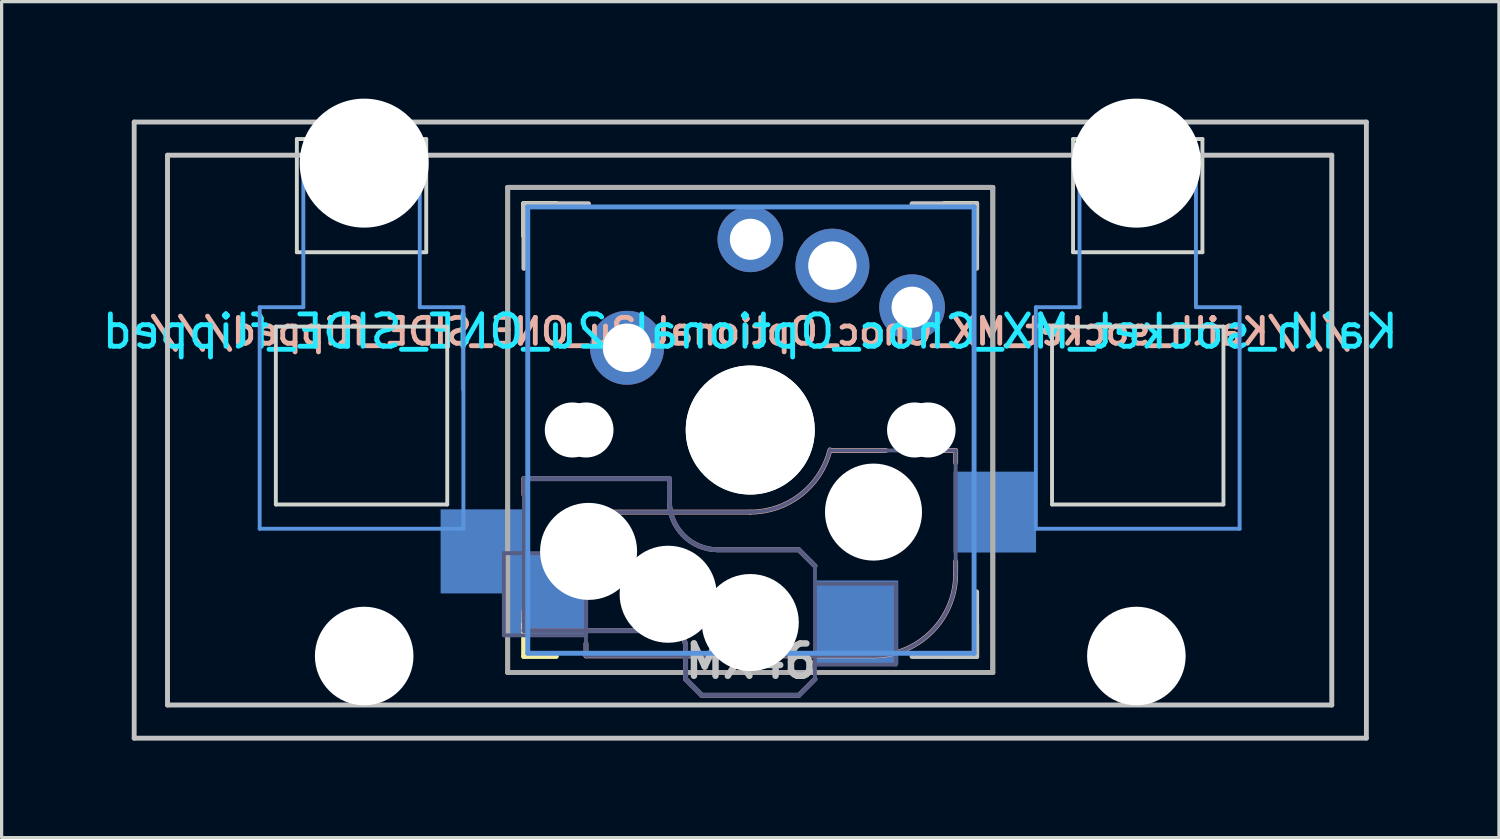
<source format=kicad_pcb>
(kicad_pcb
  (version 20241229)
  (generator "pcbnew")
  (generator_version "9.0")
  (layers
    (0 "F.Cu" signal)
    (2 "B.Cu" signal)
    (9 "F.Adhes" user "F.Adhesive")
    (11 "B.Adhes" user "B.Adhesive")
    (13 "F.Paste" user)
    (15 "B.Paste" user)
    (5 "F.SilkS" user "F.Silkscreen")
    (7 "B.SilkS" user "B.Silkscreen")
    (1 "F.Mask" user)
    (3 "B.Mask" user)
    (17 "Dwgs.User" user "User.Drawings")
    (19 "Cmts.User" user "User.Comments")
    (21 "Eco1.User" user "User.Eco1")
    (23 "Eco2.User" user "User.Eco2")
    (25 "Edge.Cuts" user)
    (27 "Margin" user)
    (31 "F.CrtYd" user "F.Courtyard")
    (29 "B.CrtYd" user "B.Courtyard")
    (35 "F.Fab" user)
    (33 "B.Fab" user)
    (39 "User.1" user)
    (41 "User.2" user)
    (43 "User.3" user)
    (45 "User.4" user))
  (footprint "Kailh_socket_MX_Choc_Optional_2u_ONE_SIDE_flipped"
    (layer "F.Cu")
    (at 20.149 10.249)
    (property "Reference" "Kailh_socket_MX_Choc_Optional_2u_ONE_SIDE_flipped" (at 0 -3.048 180) (layer "B.CrtYd") (effects (font (size 1 1) (thickness 0.15)) (justify mirror)))
    (attr smd)
    (fp_line (start -7.003 -6.005) (end -7.003 -7.005) (stroke (width 0.15) (type solid)) (layer "F.SilkS"))
    (fp_line (start -7.003 6.995) (end -7.003 5.995) (stroke (width 0.15) (type solid)) (layer "F.SilkS"))
    (fp_line (start -7.003 6.995) (end -6.003 6.995) (stroke (width 0.15) (type solid)) (layer "F.SilkS"))
    (fp_line (start -7 -6.005) (end -7 -7.005) (stroke (width 0.15) (type solid)) (layer "F.SilkS"))
    (fp_line (start -7 6.995) (end -7 5.995) (stroke (width 0.15) (type solid)) (layer "F.SilkS"))
    (fp_line (start -7 6.995) (end -6 6.995) (stroke (width 0.15) (type solid)) (layer "F.SilkS"))
    (fp_line (start -6.003 -7.005) (end -7.003 -7.005) (stroke (width 0.15) (type solid)) (layer "F.SilkS"))
    (fp_line (start -6 -7.005) (end -7 -7.005) (stroke (width 0.15) (type solid)) (layer "F.SilkS"))
    (fp_line (start 5.997 6.995) (end 6.997 6.995) (stroke (width 0.15) (type solid)) (layer "F.SilkS"))
    (fp_line (start 6 6.995) (end 7 6.995) (stroke (width 0.15) (type solid)) (layer "F.SilkS"))
    (fp_line (start 6.997 -7.005) (end 5.997 -7.005) (stroke (width 0.15) (type solid)) (layer "F.SilkS"))
    (fp_line (start 6.997 -7.005) (end 6.997 -6.005) (stroke (width 0.15) (type solid)) (layer "F.SilkS"))
    (fp_line (start 6.997 5.995) (end 6.997 6.995) (stroke (width 0.15) (type solid)) (layer "F.SilkS"))
    (fp_line (start 7 -7.005) (end 6 -7.005) (stroke (width 0.15) (type solid)) (layer "F.SilkS"))
    (fp_line (start 7 -7.005) (end 7 -6.005) (stroke (width 0.15) (type solid)) (layer "F.SilkS"))
    (fp_line (start 7 5.995) (end 7 6.995) (stroke (width 0.15) (type solid)) (layer "F.SilkS"))
    (fp_line (start -7 1.5) (end -7 2) (stroke (width 0.15) (type solid)) (layer "B.SilkS"))
    (fp_line (start -7 5.6) (end -7 6.2) (stroke (width 0.15) (type solid)) (layer "B.SilkS"))
    (fp_line (start -7 6.2) (end -2.5 6.2) (stroke (width 0.15) (type solid)) (layer "B.SilkS"))
    (fp_line (start -5.08 2.535) (end -5.08 3.551) (stroke (width 0.15) (type solid)) (layer "B.SilkS"))
    (fp_line (start -5.08 6.599) (end -5.08 6.981) (stroke (width 0.15) (type solid)) (layer "B.SilkS"))
    (fp_line (start -5.08 6.981) (end 3.81 6.981) (stroke (width 0.15) (type solid)) (layer "B.SilkS"))
    (fp_line (start -2.5 1.5) (end -7 1.5) (stroke (width 0.15) (type solid)) (layer "B.SilkS"))
    (fp_line (start -2.5 2.2) (end -2.5 1.5) (stroke (width 0.15) (type solid)) (layer "B.SilkS"))
    (fp_line (start -2 6.7) (end -2 7.7) (stroke (width 0.15) (type solid)) (layer "B.SilkS"))
    (fp_line (start -1.5 8.2) (end -2 7.7) (stroke (width 0.15) (type solid)) (layer "B.SilkS"))
    (fp_line (start 0 2.535) (end -5.08 2.535) (stroke (width 0.15) (type solid)) (layer "B.SilkS"))
    (fp_line (start 1.5 3.7) (end -1 3.7) (stroke (width 0.15) (type solid)) (layer "B.SilkS"))
    (fp_line (start 1.5 8.2) (end -1.5 8.2) (stroke (width 0.15) (type solid)) (layer "B.SilkS"))
    (fp_line (start 2 4.2) (end 1.5 3.7) (stroke (width 0.15) (type solid)) (layer "B.SilkS"))
    (fp_line (start 2 7.7) (end 1.5 8.2) (stroke (width 0.15) (type solid)) (layer "B.SilkS"))
    (fp_line (start 4.191 0.63) (end 2.54 0.63) (stroke (width 0.15) (type solid)) (layer "B.SilkS"))
    (fp_line (start 6.35 0.63) (end 5.969 0.63) (stroke (width 0.15) (type solid)) (layer "B.SilkS"))
    (fp_line (start 6.35 1.012) (end 6.35 0.63) (stroke (width 0.15) (type solid)) (layer "B.SilkS"))
    (fp_line (start 6.35 4.441) (end 6.35 4.059) (stroke (width 0.15) (type solid)) (layer "B.SilkS"))
    (fp_line (start 6.997 -5.604) (end 6.997 -6.205) (stroke (width 0.15) (type solid)) (layer "B.SilkS"))
    (fp_arc (start -2.5 6.2) (mid -2.146447 6.346447) (end -2 6.7) (stroke (width 0.15) (type solid)) (layer "B.SilkS"))
    (fp_arc (start -1 3.7) (mid -2.06066 3.26066) (end -2.5 2.2) (stroke (width 0.15) (type solid)) (layer "B.SilkS"))
    (fp_arc (start 2.464162 0.61154) (mid 1.563147 1.997542) (end 0 2.5355) (stroke (width 0.15) (type solid)) (layer "B.SilkS"))
    (fp_arc (start 6.35 4.4405) (mid 5.606051 6.236551) (end 3.81 6.9805) (stroke (width 0.15) (type solid)) (layer "B.SilkS"))
    (fp_line (start -19.05 -9.525) (end 19.05 -9.525) (stroke (width 0.15) (type solid)) (layer "Dwgs.User"))
    (fp_line (start -19.05 9.525) (end -19.05 -9.525) (stroke (width 0.15) (type solid)) (layer "Dwgs.User"))
    (fp_line (start -18.02 -8.5) (end 17.98 -8.5) (stroke (width 0.152) (type solid)) (layer "Dwgs.User"))
    (fp_line (start -18.02 8.5) (end -18.02 -8.5) (stroke (width 0.152) (type solid)) (layer "Dwgs.User"))
    (fp_line (start -7 -7) (end -7 -5) (stroke (width 0.15) (type solid)) (layer "Dwgs.User"))
    (fp_line (start -5 -7) (end -7 -7) (stroke (width 0.15) (type solid)) (layer "Dwgs.User"))
    (fp_line (start 5 7) (end 7 7) (stroke (width 0.15) (type solid)) (layer "Dwgs.User"))
    (fp_line (start 7 -7) (end 5 -7) (stroke (width 0.15) (type solid)) (layer "Dwgs.User"))
    (fp_line (start 7 -5) (end 7 -7) (stroke (width 0.15) (type solid)) (layer "Dwgs.User"))
    (fp_line (start 7 7) (end 7 5) (stroke (width 0.15) (type solid)) (layer "Dwgs.User"))
    (fp_line (start 17.98 -8.5) (end 17.98 8.5) (stroke (width 0.152) (type solid)) (layer "Dwgs.User"))
    (fp_line (start 17.98 8.5) (end -18.02 8.5) (stroke (width 0.152) (type solid)) (layer "Dwgs.User"))
    (fp_line (start 19.05 -9.525) (end 19.05 9.525) (stroke (width 0.15) (type solid)) (layer "Dwgs.User"))
    (fp_line (start 19.05 9.525) (end -19.05 9.525) (stroke (width 0.15) (type solid)) (layer "Dwgs.User"))
    (fp_line (start -15.17 -3.8) (end -13.82 -3.8) (stroke (width 0.12) (type solid)) (layer "Cmts.User"))
    (fp_line (start -15.17 3.05) (end -15.17 -3.8) (stroke (width 0.12) (type solid)) (layer "Cmts.User"))
    (fp_line (start -15.17 3.05) (end -8.87 3.05) (stroke (width 0.12) (type solid)) (layer "Cmts.User"))
    (fp_line (start -13.82 -8.45) (end -13.82 -3.8) (stroke (width 0.12) (type solid)) (layer "Cmts.User"))
    (fp_line (start -13.82 -8.45) (end -10.22 -8.45) (stroke (width 0.12) (type solid)) (layer "Cmts.User"))
    (fp_line (start -10.22 -8.45) (end -10.22 -3.8) (stroke (width 0.12) (type solid)) (layer "Cmts.User"))
    (fp_line (start -10.22 -3.8) (end -8.87 -3.8) (stroke (width 0.12) (type solid)) (layer "Cmts.User"))
    (fp_line (start -8.87 3.05) (end -8.87 -3.8) (stroke (width 0.12) (type solid)) (layer "Cmts.User"))
    (fp_line (start -6.88 -6.9) (end 6.92 -6.9) (stroke (width 0.152) (type solid)) (layer "Cmts.User"))
    (fp_line (start -6.88 6.9) (end -6.88 -6.9) (stroke (width 0.152) (type solid)) (layer "Cmts.User"))
    (fp_line (start 6.92 -6.9) (end 6.92 6.9) (stroke (width 0.152) (type solid)) (layer "Cmts.User"))
    (fp_line (start 6.92 6.9) (end -6.88 6.9) (stroke (width 0.152) (type solid)) (layer "Cmts.User"))
    (fp_line (start 8.83 -3.8) (end 10.18 -3.8) (stroke (width 0.12) (type solid)) (layer "Cmts.User"))
    (fp_line (start 8.83 3.05) (end 8.83 -3.8) (stroke (width 0.12) (type solid)) (layer "Cmts.User"))
    (fp_line (start 8.83 3.05) (end 15.13 3.05) (stroke (width 0.12) (type solid)) (layer "Cmts.User"))
    (fp_line (start 10.18 -8.45) (end 10.18 -3.8) (stroke (width 0.12) (type solid)) (layer "Cmts.User"))
    (fp_line (start 10.18 -8.45) (end 13.78 -8.45) (stroke (width 0.12) (type solid)) (layer "Cmts.User"))
    (fp_line (start 13.78 -8.45) (end 13.78 -3.8) (stroke (width 0.12) (type solid)) (layer "Cmts.User"))
    (fp_line (start 13.78 -3.8) (end 15.13 -3.8) (stroke (width 0.12) (type solid)) (layer "Cmts.User"))
    (fp_line (start 15.13 3.05) (end 15.13 -3.8) (stroke (width 0.12) (type solid)) (layer "Cmts.User"))
    (fp_line (start -19.07 -9.525) (end -19.07 9.525) (stroke (width 0.12) (type solid)) (layer "Eco1.User"))
    (fp_line (start -19.07 -9.525) (end 19.03 -9.525) (stroke (width 0.12) (type solid)) (layer "Eco1.User"))
    (fp_line (start -19.07 9.525) (end 19.03 9.525) (stroke (width 0.12) (type solid)) (layer "Eco1.User"))
    (fp_line (start 19.03 -9.525) (end 19.03 9.525) (stroke (width 0.12) (type solid)) (layer "Eco1.User"))
    (fp_line (start -6.903 6.896) (end -6.903 -6.904) (stroke (width 0.15) (type solid)) (layer "Eco2.User"))
    (fp_line (start -6.903 6.896) (end 6.897 6.896) (stroke (width 0.15) (type solid)) (layer "Eco2.User"))
    (fp_line (start -6.9 6.896) (end -6.9 -6.904) (stroke (width 0.15) (type solid)) (layer "Eco2.User"))
    (fp_line (start -6.9 6.896) (end 6.9 6.896) (stroke (width 0.15) (type solid)) (layer "Eco2.User"))
    (fp_line (start 6.897 -6.904) (end -6.903 -6.904) (stroke (width 0.15) (type solid)) (layer "Eco2.User"))
    (fp_line (start 6.897 -6.904) (end 6.897 6.896) (stroke (width 0.15) (type solid)) (layer "Eco2.User"))
    (fp_line (start 6.9 -6.904) (end -6.9 -6.904) (stroke (width 0.15) (type solid)) (layer "Eco2.User"))
    (fp_line (start 6.9 -6.904) (end 6.9 6.896) (stroke (width 0.15) (type solid)) (layer "Eco2.User"))
    (fp_line (start -14.67 -3.2) (end -14.67 2.3) (stroke (width 0.12) (type solid)) (layer "Edge.Cuts"))
    (fp_line (start -14.67 -3.2) (end -9.37 -3.2) (stroke (width 0.12) (type solid)) (layer "Edge.Cuts"))
    (fp_line (start -14.67 2.3) (end -9.37 2.3) (stroke (width 0.12) (type solid)) (layer "Edge.Cuts"))
    (fp_line (start -14.02 -9) (end -14.02 -5.5) (stroke (width 0.12) (type solid)) (layer "Edge.Cuts"))
    (fp_line (start -14.02 -9) (end -10.02 -9) (stroke (width 0.12) (type solid)) (layer "Edge.Cuts"))
    (fp_line (start -14.02 -5.5) (end -10.02 -5.5) (stroke (width 0.12) (type solid)) (layer "Edge.Cuts"))
    (fp_line (start -10.02 -5.5) (end -10.02 -9) (stroke (width 0.12) (type solid)) (layer "Edge.Cuts"))
    (fp_line (start -9.37 2.3) (end -9.37 -3.2) (stroke (width 0.12) (type solid)) (layer "Edge.Cuts"))
    (fp_line (start 9.33 -3.2) (end 9.33 2.3) (stroke (width 0.12) (type solid)) (layer "Edge.Cuts"))
    (fp_line (start 9.33 -3.2) (end 14.63 -3.2) (stroke (width 0.12) (type solid)) (layer "Edge.Cuts"))
    (fp_line (start 9.33 2.3) (end 14.63 2.3) (stroke (width 0.12) (type solid)) (layer "Edge.Cuts"))
    (fp_line (start 9.98 -9) (end 9.98 -5.5) (stroke (width 0.12) (type solid)) (layer "Edge.Cuts"))
    (fp_line (start 9.98 -9) (end 13.98 -9) (stroke (width 0.12) (type solid)) (layer "Edge.Cuts"))
    (fp_line (start 9.98 -5.5) (end 13.98 -5.5) (stroke (width 0.12) (type solid)) (layer "Edge.Cuts"))
    (fp_line (start 13.98 -5.5) (end 13.98 -9) (stroke (width 0.12) (type solid)) (layer "Edge.Cuts"))
    (fp_line (start 14.63 2.3) (end 14.63 -3.2) (stroke (width 0.12) (type solid)) (layer "Edge.Cuts"))
    (fp_line (start -8.89 -3.805) (end -8.89 -1.266) (stroke (width 0.12) (type solid)) (layer "B.Fab"))
    (fp_line (start -7.62 3.805) (end -7.62 6.346) (stroke (width 0.12) (type solid)) (layer "B.Fab"))
    (fp_line (start -7.62 6.346) (end -5.08 6.346) (stroke (width 0.12) (type solid)) (layer "B.Fab"))
    (fp_line (start -7 1.5) (end -7 6.2) (stroke (width 0.12) (type solid)) (layer "B.Fab"))
    (fp_line (start -7 6.2) (end -2.5 6.2) (stroke (width 0.15) (type solid)) (layer "B.Fab"))
    (fp_line (start -5.08 2.535) (end -5.08 6.981) (stroke (width 0.12) (type solid)) (layer "B.Fab"))
    (fp_line (start -5.08 3.805) (end -7.62 3.805) (stroke (width 0.12) (type solid)) (layer "B.Fab"))
    (fp_line (start -5.08 6.981) (end 3.81 6.981) (stroke (width 0.12) (type solid)) (layer "B.Fab"))
    (fp_line (start -2.5 1.5) (end -7 1.5) (stroke (width 0.15) (type solid)) (layer "B.Fab"))
    (fp_line (start -2.5 2.2) (end -2.5 1.5) (stroke (width 0.15) (type solid)) (layer "B.Fab"))
    (fp_line (start -2 6.7) (end -2 7.7) (stroke (width 0.15) (type solid)) (layer "B.Fab"))
    (fp_line (start -1.5 8.2) (end -2 7.7) (stroke (width 0.15) (type solid)) (layer "B.Fab"))
    (fp_line (start 0 2.535) (end -5.08 2.535) (stroke (width 0.12) (type solid)) (layer "B.Fab"))
    (fp_line (start 1.5 3.7) (end -1 3.7) (stroke (width 0.15) (type solid)) (layer "B.Fab"))
    (fp_line (start 1.5 8.2) (end -1.5 8.2) (stroke (width 0.15) (type solid)) (layer "B.Fab"))
    (fp_line (start 2 4.2) (end 1.5 3.7) (stroke (width 0.15) (type solid)) (layer "B.Fab"))
    (fp_line (start 2 4.25) (end 2 7.7) (stroke (width 0.12) (type solid)) (layer "B.Fab"))
    (fp_line (start 2 4.75) (end 4.5 4.75) (stroke (width 0.12) (type solid)) (layer "B.Fab"))
    (fp_line (start 2 7.7) (end 1.5 8.2) (stroke (width 0.15) (type solid)) (layer "B.Fab"))
    (fp_line (start 4.5 4.75) (end 4.5 7.25) (stroke (width 0.12) (type solid)) (layer "B.Fab"))
    (fp_line (start 4.5 7.25) (end 2 7.25) (stroke (width 0.12) (type solid)) (layer "B.Fab"))
    (fp_line (start 6.35 0.63) (end 2.54 0.63) (stroke (width 0.12) (type solid)) (layer "B.Fab"))
    (fp_line (start 6.35 4.441) (end 6.35 0.63) (stroke (width 0.12) (type solid)) (layer "B.Fab"))
    (fp_arc (start -2.5 6.2) (mid -2.146447 6.346447) (end -2 6.7) (stroke (width 0.15) (type solid)) (layer "B.Fab"))
    (fp_arc (start -1 3.7) (mid -2.06066 3.26066) (end -2.5 2.2) (stroke (width 0.15) (type solid)) (layer "B.Fab"))
    (fp_arc (start 2.464162 0.61154) (mid 1.563147 1.997542) (end 0 2.5355) (stroke (width 0.12) (type solid)) (layer "B.Fab"))
    (fp_arc (start 6.35 4.4405) (mid 5.606051 6.236551) (end 3.81 6.9805) (stroke (width 0.12) (type solid)) (layer "B.Fab"))
    (fp_line (start -7.503 -7.505) (end 7.497 -7.505) (stroke (width 0.15) (type solid)) (layer "F.Fab"))
    (fp_line (start -7.503 7.495) (end -7.503 -7.505) (stroke (width 0.15) (type solid)) (layer "F.Fab"))
    (fp_line (start -7.5 -7.505) (end 7.5 -7.505) (stroke (width 0.15) (type solid)) (layer "F.Fab"))
    (fp_line (start -7.5 7.495) (end -7.5 -7.505) (stroke (width 0.15) (type solid)) (layer "F.Fab"))
    (fp_line (start 7.497 -7.505) (end 7.497 7.495) (stroke (width 0.15) (type solid)) (layer "F.Fab"))
    (fp_line (start 7.497 7.495) (end -7.503 7.495) (stroke (width 0.15) (type solid)) (layer "F.Fab"))
    (fp_line (start 7.5 -7.505) (end 7.5 7.495) (stroke (width 0.15) (type solid)) (layer "F.Fab"))
    (fp_line (start 7.5 7.495) (end -7.5 7.495) (stroke (width 0.15) (type solid)) (layer "F.Fab"))
    (fp_text user "///${REFERENCE}///" (at 0 -3.048 180) (layer "B.SilkS") (effects (font (size 0.8 0.8) (thickness 0.15)) (justify mirror)))
    (fp_text user "MX46" (at 0.02 7.144 180) (layer "Dwgs.User") (effects (font (size 1 1) (thickness 0.2))))
    (fp_text user "" (at 1.905 5.075 0) (layer "B.Fab") (effects (font (size 1 1) (thickness 0.15)) (justify mirror)))
    (fp_text user "" (at -3 5 0) (layer "B.Fab") (effects (font (size 1 1) (thickness 0.15)) (justify mirror)))
    (fp_text user "" (at 2.997 -5.005 0) (layer "B.Fab") (effects (font (size 1 1) (thickness 0.15)) (justify mirror)))
    (fp_text user "" (at 2.537 -0.639 0) (layer "B.Fab") (effects (font (size 1 1) (thickness 0.15)) (justify mirror)))
    (fp_text user "" (at -0.003 -0.004 0) (layer "F.Fab") (effects (font (size 1 1) (thickness 0.15))))
    (fp_text user "" (at 0 -0.004 0) (layer "F.Fab") (effects (font (size 1 1) (thickness 0.15))))
    (pad "" np_thru_hole circle (at -11.938 -8.255) (size 3.988 3.988) (drill 3.988) (layers "*.Cu" "*.Mask"))
    (pad "" np_thru_hole circle (at -11.938 6.985) (size 3.048 3.048) (drill 3.048) (layers "*.Cu" "*.Mask"))
    (pad "" np_thru_hole circle (at -5.503 -0.004) (size 1.702 1.702) (drill 1.702) (layers "*.Cu" "*.Mask"))
    (pad "" np_thru_hole circle (at -5.08 -0.004) (size 1.702 1.702) (drill 1.702) (layers "*.Cu" "*.Mask"))
    (pad "" np_thru_hole circle (at -5 3.75 180) (size 3 3) (drill 3) (layers "*.Cu" "*.Mask"))
    (pad "" np_thru_hole circle (at -2.54 5.075) (size 3 3) (drill 3) (layers "*.Cu" "*.Mask"))
    (pad "" np_thru_hole circle (at -0.003 0 180) (size 3.988 3.988) (drill 3.988) (layers "*.Cu" "*.Mask"))
    (pad "" np_thru_hole circle (at 0 -0.004) (size 3.988 3.988) (drill 3.988) (layers "*.Cu" "*.Mask"))
    (pad "" np_thru_hole circle (at 0 5.95 180) (size 3 3) (drill 3) (layers "*.Cu" "*.Mask"))
    (pad "" np_thru_hole circle (at 3.81 2.535) (size 3 3) (drill 3) (layers "*.Cu" "*.Mask"))
    (pad "" np_thru_hole circle (at 5.08 -0.004) (size 1.702 1.702) (drill 1.702) (layers "*.Cu" "*.Mask"))
    (pad "" np_thru_hole circle (at 5.497 -0.004) (size 1.702 1.702) (drill 1.702) (layers "*.Cu" "*.Mask"))
    (pad "" np_thru_hole circle (at 11.938 -8.255) (size 3.988 3.988) (drill 3.988) (layers "*.Cu" "*.Mask"))
    (pad "" np_thru_hole circle (at 11.938 6.985) (size 3.048 3.048) (drill 3.048) (layers "*.Cu" "*.Mask"))
    (pad "1" smd rect (at -8.275 3.75 180) (size 2.6 2.6) (layers "B.Cu" "B.Mask" "B.Paste"))
    (pad "1" smd rect (at -6.29 5.075) (size 2.55 2.5) (layers "B.Cu" "B.Mask" "B.Paste"))
    (pad "1" thru_hole circle (at -3.81 -2.545) (size 2.286 2.286) (drill 1.499) (layers "*.Cu" "*.Mask"))
    (pad "1" thru_hole circle (at 5.003 -3.8 180) (size 2.032 2.032) (drill 1.27) (layers "*.Cu" "*.Mask"))
    (pad "2" thru_hole circle (at 0.003 -5.9 180) (size 2.032 2.032) (drill 1.27) (layers "*.Cu" "*.Mask"))
    (pad "2" thru_hole circle (at 2.54 -5.085) (size 2.286 2.286) (drill 1.499) (layers "*.Cu" "*.Mask"))
    (pad "2" smd rect (at 3.275 5.95 180) (size 2.6 2.6) (layers "B.Cu" "B.Mask" "B.Paste"))
    (pad "2" smd rect (at 7.56 2.535) (size 2.55 2.5) (layers "B.Cu" "B.Mask" "B.Paste")))
  (gr_rect
    (start -3 -3)
    (end 43.298 22.849)
    (stroke (width 0.1) (type default))
    (fill no)
    (layer "Edge.Cuts")))
</source>
